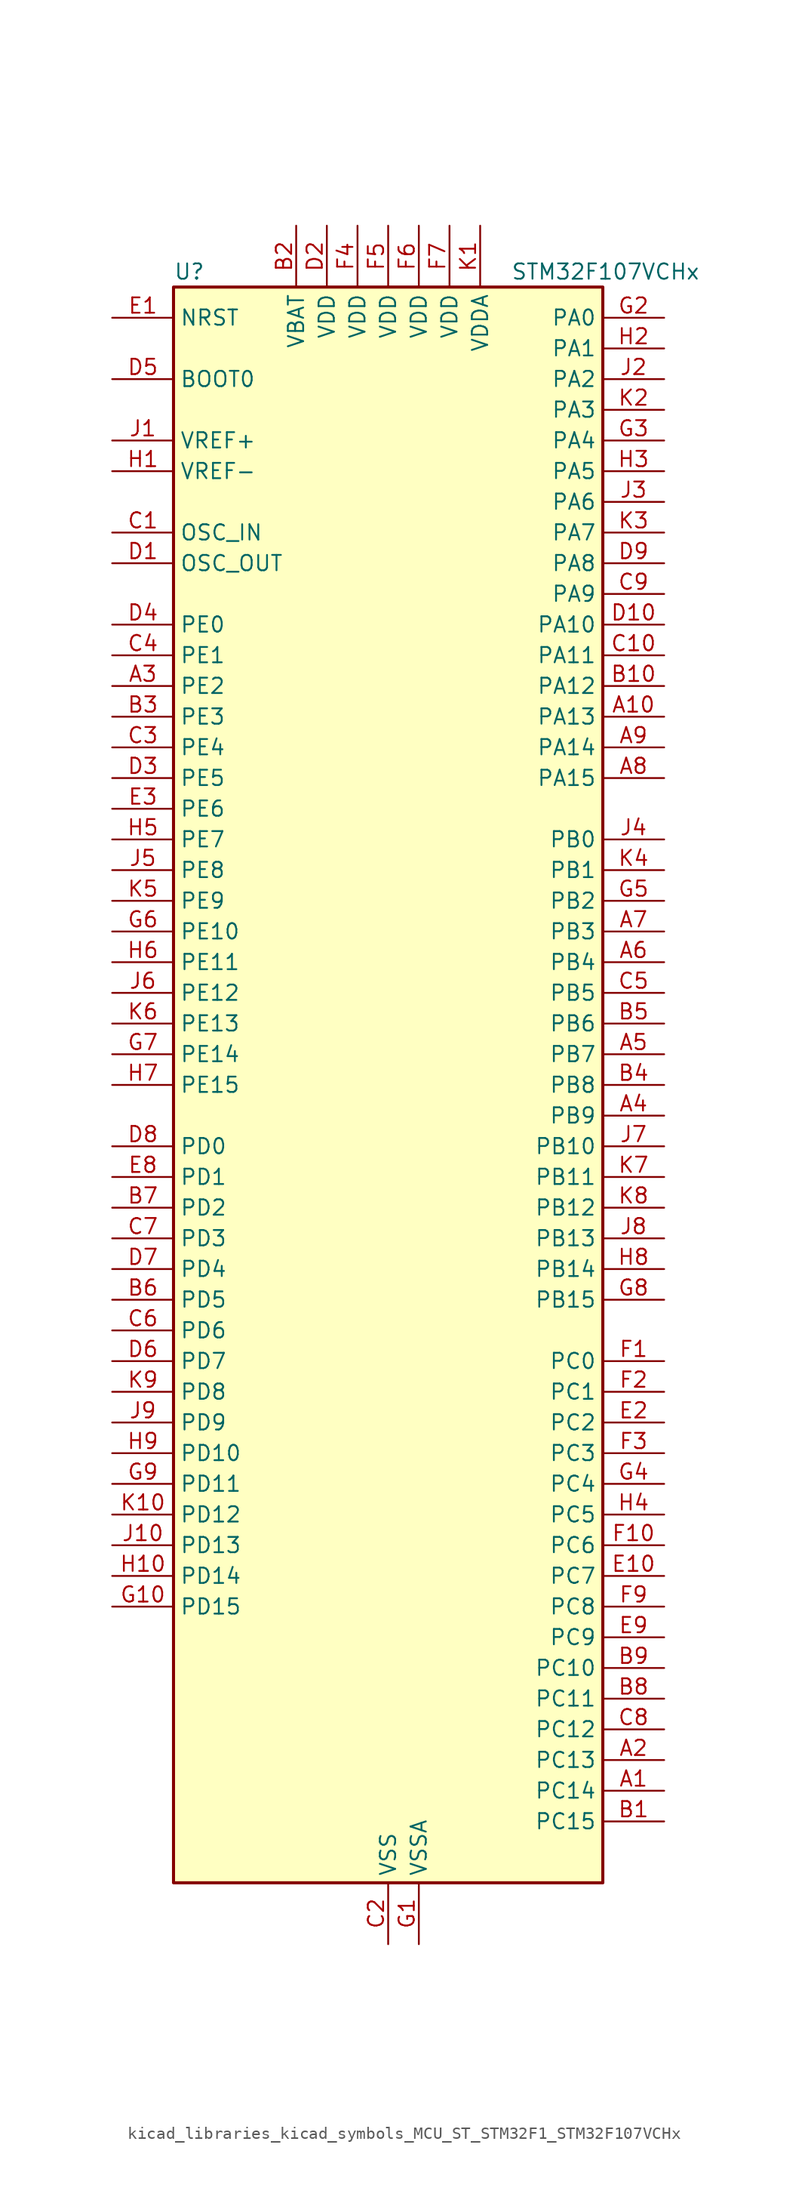
<source format=kicad_sym>
(kicad_symbol_lib
  (version 20220914)
  (generator kicad_symbol_editor)
  (symbol "kicad_libraries_kicad_symbols_MCU_ST_STM32F1_STM32F107VCHx"
    (property "Reference" "U"
      (at -17.78 67.31 0)
      (effects (font (size 1.27 1.27)) (justify left)))
    (property "Value" "STM32F107VCHx"
      (at 10.16 67.31 0)
      (effects (font (size 1.27 1.27)) (justify left)))
    (property "ki_locked" ""
      (at 0 0 0)
      (effects (font (size 1.27 1.27))))
    (symbol "kicad_libraries_kicad_symbols_MCU_ST_STM32F1_STM32F107VCHx_0_1"
      (rectangle (start -17.78 -66.04) (end 17.78 66.04) (stroke (width 0.254) (type default)) (fill (type background))))
    (symbol "kicad_libraries_kicad_symbols_MCU_ST_STM32F1_STM32F107VCHx_1_1"
      (pin bidirectional line (at 22.86 -58.42 180) (length 5.08) (name "PC14" (effects (font (size 1.27 1.27)))) (number "A1" (effects (font (size 1.27 1.27)))) (alternate "RCC_OSC32_IN" bidirectional line))
      (pin bidirectional line (at 22.86 30.48 180) (length 5.08) (name "PA13" (effects (font (size 1.27 1.27)))) (number "A10" (effects (font (size 1.27 1.27)))) (alternate "SYS_JTMS-SWDIO" bidirectional line))
      (pin bidirectional line (at 22.86 -55.88 180) (length 5.08) (name "PC13" (effects (font (size 1.27 1.27)))) (number "A2" (effects (font (size 1.27 1.27)))) (alternate "RTC_OUT" bidirectional line) (alternate "RTC_TAMPER" bidirectional line))
      (pin bidirectional line (at -22.86 33.02 0) (length 5.08) (name "PE2" (effects (font (size 1.27 1.27)))) (number "A3" (effects (font (size 1.27 1.27)))) (alternate "SYS_TRACECLK" bidirectional line))
      (pin bidirectional line (at 22.86 -2.54 180) (length 5.08) (name "PB9" (effects (font (size 1.27 1.27)))) (number "A4" (effects (font (size 1.27 1.27)))) (alternate "CAN1_TX" bidirectional line) (alternate "DAC_EXTI9" bidirectional line) (alternate "I2C1_SDA" bidirectional line) (alternate "TIM4_CH4" bidirectional line))
      (pin bidirectional line (at 22.86 2.54 180) (length 5.08) (name "PB7" (effects (font (size 1.27 1.27)))) (number "A5" (effects (font (size 1.27 1.27)))) (alternate "I2C1_SDA" bidirectional line) (alternate "TIM4_CH2" bidirectional line) (alternate "USART1_RX" bidirectional line))
      (pin bidirectional line (at 22.86 10.16 180) (length 5.08) (name "PB4" (effects (font (size 1.27 1.27)))) (number "A6" (effects (font (size 1.27 1.27)))) (alternate "SPI1_MISO" bidirectional line) (alternate "SPI3_MISO" bidirectional line) (alternate "SYS_NJTRST" bidirectional line) (alternate "TIM3_CH1" bidirectional line))
      (pin bidirectional line (at 22.86 12.7 180) (length 5.08) (name "PB3" (effects (font (size 1.27 1.27)))) (number "A7" (effects (font (size 1.27 1.27)))) (alternate "I2S3_CK" bidirectional line) (alternate "SPI1_SCK" bidirectional line) (alternate "SPI3_SCK" bidirectional line) (alternate "SYS_JTDO" bidirectional line) (alternate "SYS_TRACESWO" bidirectional line) (alternate "TIM2_CH2" bidirectional line))
      (pin bidirectional line (at 22.86 25.4 180) (length 5.08) (name "PA15" (effects (font (size 1.27 1.27)))) (number "A8" (effects (font (size 1.27 1.27)))) (alternate "ADC1_EXTI15" bidirectional line) (alternate "ADC2_EXTI15" bidirectional line) (alternate "I2S3_WS" bidirectional line) (alternate "SPI1_NSS" bidirectional line) (alternate "SPI3_NSS" bidirectional line) (alternate "SYS_JTDI" bidirectional line) (alternate "TIM2_CH1" bidirectional line) (alternate "TIM2_ETR" bidirectional line))
      (pin bidirectional line (at 22.86 27.94 180) (length 5.08) (name "PA14" (effects (font (size 1.27 1.27)))) (number "A9" (effects (font (size 1.27 1.27)))) (alternate "SYS_JTCK-SWCLK" bidirectional line))
      (pin bidirectional line (at 22.86 -60.96 180) (length 5.08) (name "PC15" (effects (font (size 1.27 1.27)))) (number "B1" (effects (font (size 1.27 1.27)))) (alternate "ADC1_EXTI15" bidirectional line) (alternate "ADC2_EXTI15" bidirectional line) (alternate "RCC_OSC32_OUT" bidirectional line))
      (pin bidirectional line (at 22.86 33.02 180) (length 5.08) (name "PA12" (effects (font (size 1.27 1.27)))) (number "B10" (effects (font (size 1.27 1.27)))) (alternate "CAN1_TX" bidirectional line) (alternate "TIM1_ETR" bidirectional line) (alternate "USART1_RTS" bidirectional line) (alternate "USB_OTG_FS_DP" bidirectional line))
      (pin power_in line (at -7.62 71.12 270) (length 5.08) (name "VBAT" (effects (font (size 1.27 1.27)))) (number "B2" (effects (font (size 1.27 1.27)))))
      (pin bidirectional line (at -22.86 30.48 0) (length 5.08) (name "PE3" (effects (font (size 1.27 1.27)))) (number "B3" (effects (font (size 1.27 1.27)))) (alternate "SYS_TRACED0" bidirectional line))
      (pin bidirectional line (at 22.86 0 180) (length 5.08) (name "PB8" (effects (font (size 1.27 1.27)))) (number "B4" (effects (font (size 1.27 1.27)))) (alternate "CAN1_RX" bidirectional line) (alternate "ETH_TXD3" bidirectional line) (alternate "I2C1_SCL" bidirectional line) (alternate "TIM4_CH3" bidirectional line))
      (pin bidirectional line (at 22.86 5.08 180) (length 5.08) (name "PB6" (effects (font (size 1.27 1.27)))) (number "B5" (effects (font (size 1.27 1.27)))) (alternate "CAN2_TX" bidirectional line) (alternate "I2C1_SCL" bidirectional line) (alternate "TIM4_CH1" bidirectional line) (alternate "USART1_TX" bidirectional line))
      (pin bidirectional line (at -22.86 -17.78 0) (length 5.08) (name "PD5" (effects (font (size 1.27 1.27)))) (number "B6" (effects (font (size 1.27 1.27)))) (alternate "USART2_TX" bidirectional line))
      (pin bidirectional line (at -22.86 -10.16 0) (length 5.08) (name "PD2" (effects (font (size 1.27 1.27)))) (number "B7" (effects (font (size 1.27 1.27)))) (alternate "TIM3_ETR" bidirectional line) (alternate "UART5_RX" bidirectional line))
      (pin bidirectional line (at 22.86 -50.8 180) (length 5.08) (name "PC11" (effects (font (size 1.27 1.27)))) (number "B8" (effects (font (size 1.27 1.27)))) (alternate "ADC1_EXTI11" bidirectional line) (alternate "ADC2_EXTI11" bidirectional line) (alternate "SPI3_MISO" bidirectional line) (alternate "UART4_RX" bidirectional line) (alternate "USART3_RX" bidirectional line))
      (pin bidirectional line (at 22.86 -48.26 180) (length 5.08) (name "PC10" (effects (font (size 1.27 1.27)))) (number "B9" (effects (font (size 1.27 1.27)))) (alternate "I2S3_CK" bidirectional line) (alternate "SPI3_SCK" bidirectional line) (alternate "UART4_TX" bidirectional line) (alternate "USART3_TX" bidirectional line))
      (pin input line (at -22.86 45.72 0) (length 5.08) (name "OSC_IN" (effects (font (size 1.27 1.27)))) (number "C1" (effects (font (size 1.27 1.27)))) (alternate "RCC_OSC_IN" bidirectional line))
      (pin bidirectional line (at 22.86 35.56 180) (length 5.08) (name "PA11" (effects (font (size 1.27 1.27)))) (number "C10" (effects (font (size 1.27 1.27)))) (alternate "ADC1_EXTI11" bidirectional line) (alternate "ADC2_EXTI11" bidirectional line) (alternate "CAN1_RX" bidirectional line) (alternate "TIM1_CH4" bidirectional line) (alternate "USART1_CTS" bidirectional line) (alternate "USB_OTG_FS_DM" bidirectional line))
      (pin power_in line (at 0 -71.12 90) (length 5.08) (name "VSS" (effects (font (size 1.27 1.27)))) (number "C2" (effects (font (size 1.27 1.27)))))
      (pin bidirectional line (at -22.86 27.94 0) (length 5.08) (name "PE4" (effects (font (size 1.27 1.27)))) (number "C3" (effects (font (size 1.27 1.27)))) (alternate "SYS_TRACED1" bidirectional line))
      (pin bidirectional line (at -22.86 35.56 0) (length 5.08) (name "PE1" (effects (font (size 1.27 1.27)))) (number "C4" (effects (font (size 1.27 1.27)))))
      (pin bidirectional line (at 22.86 7.62 180) (length 5.08) (name "PB5" (effects (font (size 1.27 1.27)))) (number "C5" (effects (font (size 1.27 1.27)))) (alternate "CAN2_RX" bidirectional line) (alternate "ETH_PPS_OUT" bidirectional line) (alternate "I2C1_SMBA" bidirectional line) (alternate "I2S3_SD" bidirectional line) (alternate "SPI1_MOSI" bidirectional line) (alternate "SPI3_MOSI" bidirectional line) (alternate "TIM3_CH2" bidirectional line))
      (pin bidirectional line (at -22.86 -20.32 0) (length 5.08) (name "PD6" (effects (font (size 1.27 1.27)))) (number "C6" (effects (font (size 1.27 1.27)))) (alternate "USART2_RX" bidirectional line))
      (pin bidirectional line (at -22.86 -12.7 0) (length 5.08) (name "PD3" (effects (font (size 1.27 1.27)))) (number "C7" (effects (font (size 1.27 1.27)))) (alternate "USART2_CTS" bidirectional line))
      (pin bidirectional line (at 22.86 -53.34 180) (length 5.08) (name "PC12" (effects (font (size 1.27 1.27)))) (number "C8" (effects (font (size 1.27 1.27)))) (alternate "I2S3_SD" bidirectional line) (alternate "SPI3_MOSI" bidirectional line) (alternate "UART5_TX" bidirectional line) (alternate "USART3_CK" bidirectional line))
      (pin bidirectional line (at 22.86 40.64 180) (length 5.08) (name "PA9" (effects (font (size 1.27 1.27)))) (number "C9" (effects (font (size 1.27 1.27)))) (alternate "DAC_EXTI9" bidirectional line) (alternate "TIM1_CH2" bidirectional line) (alternate "USART1_TX" bidirectional line) (alternate "USB_OTG_FS_VBUS" bidirectional line))
      (pin input line (at -22.86 43.18 0) (length 5.08) (name "OSC_OUT" (effects (font (size 1.27 1.27)))) (number "D1" (effects (font (size 1.27 1.27)))) (alternate "RCC_OSC_OUT" bidirectional line))
      (pin bidirectional line (at 22.86 38.1 180) (length 5.08) (name "PA10" (effects (font (size 1.27 1.27)))) (number "D10" (effects (font (size 1.27 1.27)))) (alternate "TIM1_CH3" bidirectional line) (alternate "USART1_RX" bidirectional line) (alternate "USB_OTG_FS_ID" bidirectional line))
      (pin power_in line (at -5.08 71.12 270) (length 5.08) (name "VDD" (effects (font (size 1.27 1.27)))) (number "D2" (effects (font (size 1.27 1.27)))))
      (pin bidirectional line (at -22.86 25.4 0) (length 5.08) (name "PE5" (effects (font (size 1.27 1.27)))) (number "D3" (effects (font (size 1.27 1.27)))) (alternate "SYS_TRACED2" bidirectional line))
      (pin bidirectional line (at -22.86 38.1 0) (length 5.08) (name "PE0" (effects (font (size 1.27 1.27)))) (number "D4" (effects (font (size 1.27 1.27)))) (alternate "TIM4_ETR" bidirectional line))
      (pin input line (at -22.86 58.42 0) (length 5.08) (name "BOOT0" (effects (font (size 1.27 1.27)))) (number "D5" (effects (font (size 1.27 1.27)))))
      (pin bidirectional line (at -22.86 -22.86 0) (length 5.08) (name "PD7" (effects (font (size 1.27 1.27)))) (number "D6" (effects (font (size 1.27 1.27)))) (alternate "USART2_CK" bidirectional line))
      (pin bidirectional line (at -22.86 -15.24 0) (length 5.08) (name "PD4" (effects (font (size 1.27 1.27)))) (number "D7" (effects (font (size 1.27 1.27)))) (alternate "USART2_RTS" bidirectional line))
      (pin bidirectional line (at -22.86 -5.08 0) (length 5.08) (name "PD0" (effects (font (size 1.27 1.27)))) (number "D8" (effects (font (size 1.27 1.27)))) (alternate "CAN1_RX" bidirectional line))
      (pin bidirectional line (at 22.86 43.18 180) (length 5.08) (name "PA8" (effects (font (size 1.27 1.27)))) (number "D9" (effects (font (size 1.27 1.27)))) (alternate "RCC_MCO" bidirectional line) (alternate "TIM1_CH1" bidirectional line) (alternate "USART1_CK" bidirectional line) (alternate "USB_OTG_FS_SOF" bidirectional line))
      (pin input line (at -22.86 63.5 0) (length 5.08) (name "NRST" (effects (font (size 1.27 1.27)))) (number "E1" (effects (font (size 1.27 1.27)))))
      (pin bidirectional line (at 22.86 -40.64 180) (length 5.08) (name "PC7" (effects (font (size 1.27 1.27)))) (number "E10" (effects (font (size 1.27 1.27)))) (alternate "I2S3_MCK" bidirectional line) (alternate "TIM3_CH2" bidirectional line))
      (pin bidirectional line (at 22.86 -27.94 180) (length 5.08) (name "PC2" (effects (font (size 1.27 1.27)))) (number "E2" (effects (font (size 1.27 1.27)))) (alternate "ADC1_IN12" bidirectional line) (alternate "ADC2_IN12" bidirectional line) (alternate "ETH_TXD2" bidirectional line))
      (pin bidirectional line (at -22.86 22.86 0) (length 5.08) (name "PE6" (effects (font (size 1.27 1.27)))) (number "E3" (effects (font (size 1.27 1.27)))) (alternate "SYS_TRACED3" bidirectional line))
      (pin passive line (at 0 -71.12 90) (length 5.08) hide (name "VSS" (effects (font (size 1.27 1.27)))) (number "E4" (effects (font (size 1.27 1.27)))))
      (pin passive line (at 0 -71.12 90) (length 5.08) hide (name "VSS" (effects (font (size 1.27 1.27)))) (number "E5" (effects (font (size 1.27 1.27)))))
      (pin passive line (at 0 -71.12 90) (length 5.08) hide (name "VSS" (effects (font (size 1.27 1.27)))) (number "E6" (effects (font (size 1.27 1.27)))))
      (pin passive line (at 0 -71.12 90) (length 5.08) hide (name "VSS" (effects (font (size 1.27 1.27)))) (number "E7" (effects (font (size 1.27 1.27)))))
      (pin bidirectional line (at -22.86 -7.62 0) (length 5.08) (name "PD1" (effects (font (size 1.27 1.27)))) (number "E8" (effects (font (size 1.27 1.27)))) (alternate "CAN1_TX" bidirectional line))
      (pin bidirectional line (at 22.86 -45.72 180) (length 5.08) (name "PC9" (effects (font (size 1.27 1.27)))) (number "E9" (effects (font (size 1.27 1.27)))) (alternate "DAC_EXTI9" bidirectional line) (alternate "TIM3_CH4" bidirectional line))
      (pin bidirectional line (at 22.86 -22.86 180) (length 5.08) (name "PC0" (effects (font (size 1.27 1.27)))) (number "F1" (effects (font (size 1.27 1.27)))) (alternate "ADC1_IN10" bidirectional line) (alternate "ADC2_IN10" bidirectional line))
      (pin bidirectional line (at 22.86 -38.1 180) (length 5.08) (name "PC6" (effects (font (size 1.27 1.27)))) (number "F10" (effects (font (size 1.27 1.27)))) (alternate "I2S2_MCK" bidirectional line) (alternate "TIM3_CH1" bidirectional line))
      (pin bidirectional line (at 22.86 -25.4 180) (length 5.08) (name "PC1" (effects (font (size 1.27 1.27)))) (number "F2" (effects (font (size 1.27 1.27)))) (alternate "ADC1_IN11" bidirectional line) (alternate "ADC2_IN11" bidirectional line) (alternate "ETH_MDC" bidirectional line))
      (pin bidirectional line (at 22.86 -30.48 180) (length 5.08) (name "PC3" (effects (font (size 1.27 1.27)))) (number "F3" (effects (font (size 1.27 1.27)))) (alternate "ADC1_IN13" bidirectional line) (alternate "ADC2_IN13" bidirectional line) (alternate "ETH_TX_CLK" bidirectional line))
      (pin power_in line (at -2.54 71.12 270) (length 5.08) (name "VDD" (effects (font (size 1.27 1.27)))) (number "F4" (effects (font (size 1.27 1.27)))))
      (pin power_in line (at 0 71.12 270) (length 5.08) (name "VDD" (effects (font (size 1.27 1.27)))) (number "F5" (effects (font (size 1.27 1.27)))))
      (pin power_in line (at 2.54 71.12 270) (length 5.08) (name "VDD" (effects (font (size 1.27 1.27)))) (number "F6" (effects (font (size 1.27 1.27)))))
      (pin power_in line (at 5.08 71.12 270) (length 5.08) (name "VDD" (effects (font (size 1.27 1.27)))) (number "F7" (effects (font (size 1.27 1.27)))))
      (pin no_connect line (at -17.78 -66.04 0) (length 5.08) hide (name "NC" (effects (font (size 1.27 1.27)))) (number "F8" (effects (font (size 1.27 1.27)))))
      (pin bidirectional line (at 22.86 -43.18 180) (length 5.08) (name "PC8" (effects (font (size 1.27 1.27)))) (number "F9" (effects (font (size 1.27 1.27)))) (alternate "TIM3_CH3" bidirectional line))
      (pin power_in line (at 2.54 -71.12 90) (length 5.08) (name "VSSA" (effects (font (size 1.27 1.27)))) (number "G1" (effects (font (size 1.27 1.27)))))
      (pin bidirectional line (at -22.86 -43.18 0) (length 5.08) (name "PD15" (effects (font (size 1.27 1.27)))) (number "G10" (effects (font (size 1.27 1.27)))) (alternate "ADC1_EXTI15" bidirectional line) (alternate "ADC2_EXTI15" bidirectional line) (alternate "TIM4_CH4" bidirectional line))
      (pin bidirectional line (at 22.86 63.5 180) (length 5.08) (name "PA0" (effects (font (size 1.27 1.27)))) (number "G2" (effects (font (size 1.27 1.27)))) (alternate "ADC1_IN0" bidirectional line) (alternate "ADC2_IN0" bidirectional line) (alternate "ETH_CRS" bidirectional line) (alternate "SYS_WKUP" bidirectional line) (alternate "TIM2_CH1" bidirectional line) (alternate "TIM2_ETR" bidirectional line) (alternate "TIM5_CH1" bidirectional line) (alternate "USART2_CTS" bidirectional line))
      (pin bidirectional line (at 22.86 53.34 180) (length 5.08) (name "PA4" (effects (font (size 1.27 1.27)))) (number "G3" (effects (font (size 1.27 1.27)))) (alternate "ADC1_IN4" bidirectional line) (alternate "ADC2_IN4" bidirectional line) (alternate "DAC_OUT1" bidirectional line) (alternate "I2S3_WS" bidirectional line) (alternate "SPI1_NSS" bidirectional line) (alternate "SPI3_NSS" bidirectional line) (alternate "USART2_CK" bidirectional line))
      (pin bidirectional line (at 22.86 -33.02 180) (length 5.08) (name "PC4" (effects (font (size 1.27 1.27)))) (number "G4" (effects (font (size 1.27 1.27)))) (alternate "ADC1_IN14" bidirectional line) (alternate "ADC2_IN14" bidirectional line) (alternate "ETH_RXD0" bidirectional line))
      (pin bidirectional line (at 22.86 15.24 180) (length 5.08) (name "PB2" (effects (font (size 1.27 1.27)))) (number "G5" (effects (font (size 1.27 1.27)))))
      (pin bidirectional line (at -22.86 12.7 0) (length 5.08) (name "PE10" (effects (font (size 1.27 1.27)))) (number "G6" (effects (font (size 1.27 1.27)))) (alternate "TIM1_CH2N" bidirectional line))
      (pin bidirectional line (at -22.86 2.54 0) (length 5.08) (name "PE14" (effects (font (size 1.27 1.27)))) (number "G7" (effects (font (size 1.27 1.27)))) (alternate "TIM1_CH4" bidirectional line))
      (pin bidirectional line (at 22.86 -17.78 180) (length 5.08) (name "PB15" (effects (font (size 1.27 1.27)))) (number "G8" (effects (font (size 1.27 1.27)))) (alternate "ADC1_EXTI15" bidirectional line) (alternate "ADC2_EXTI15" bidirectional line) (alternate "I2S2_SD" bidirectional line) (alternate "SPI2_MOSI" bidirectional line) (alternate "TIM1_CH3N" bidirectional line))
      (pin bidirectional line (at -22.86 -33.02 0) (length 5.08) (name "PD11" (effects (font (size 1.27 1.27)))) (number "G9" (effects (font (size 1.27 1.27)))) (alternate "ADC1_EXTI11" bidirectional line) (alternate "ADC2_EXTI11" bidirectional line) (alternate "ETH_RXD2" bidirectional line) (alternate "USART3_CTS" bidirectional line))
      (pin input line (at -22.86 50.8 0) (length 5.08) (name "VREF-" (effects (font (size 1.27 1.27)))) (number "H1" (effects (font (size 1.27 1.27)))))
      (pin bidirectional line (at -22.86 -40.64 0) (length 5.08) (name "PD14" (effects (font (size 1.27 1.27)))) (number "H10" (effects (font (size 1.27 1.27)))) (alternate "TIM4_CH3" bidirectional line))
      (pin bidirectional line (at 22.86 60.96 180) (length 5.08) (name "PA1" (effects (font (size 1.27 1.27)))) (number "H2" (effects (font (size 1.27 1.27)))) (alternate "ADC1_IN1" bidirectional line) (alternate "ADC2_IN1" bidirectional line) (alternate "ETH_REF_CLK" bidirectional line) (alternate "ETH_RX_CLK" bidirectional line) (alternate "TIM2_CH2" bidirectional line) (alternate "TIM5_CH2" bidirectional line) (alternate "USART2_RTS" bidirectional line))
      (pin bidirectional line (at 22.86 50.8 180) (length 5.08) (name "PA5" (effects (font (size 1.27 1.27)))) (number "H3" (effects (font (size 1.27 1.27)))) (alternate "ADC1_IN5" bidirectional line) (alternate "ADC2_IN5" bidirectional line) (alternate "DAC_OUT2" bidirectional line) (alternate "SPI1_SCK" bidirectional line))
      (pin bidirectional line (at 22.86 -35.56 180) (length 5.08) (name "PC5" (effects (font (size 1.27 1.27)))) (number "H4" (effects (font (size 1.27 1.27)))) (alternate "ADC1_IN15" bidirectional line) (alternate "ADC2_IN15" bidirectional line) (alternate "ETH_RXD1" bidirectional line))
      (pin bidirectional line (at -22.86 20.32 0) (length 5.08) (name "PE7" (effects (font (size 1.27 1.27)))) (number "H5" (effects (font (size 1.27 1.27)))) (alternate "TIM1_ETR" bidirectional line))
      (pin bidirectional line (at -22.86 10.16 0) (length 5.08) (name "PE11" (effects (font (size 1.27 1.27)))) (number "H6" (effects (font (size 1.27 1.27)))) (alternate "ADC1_EXTI11" bidirectional line) (alternate "ADC2_EXTI11" bidirectional line) (alternate "TIM1_CH2" bidirectional line))
      (pin bidirectional line (at -22.86 0 0) (length 5.08) (name "PE15" (effects (font (size 1.27 1.27)))) (number "H7" (effects (font (size 1.27 1.27)))) (alternate "ADC1_EXTI15" bidirectional line) (alternate "ADC2_EXTI15" bidirectional line) (alternate "TIM1_BKIN" bidirectional line))
      (pin bidirectional line (at 22.86 -15.24 180) (length 5.08) (name "PB14" (effects (font (size 1.27 1.27)))) (number "H8" (effects (font (size 1.27 1.27)))) (alternate "SPI2_MISO" bidirectional line) (alternate "TIM1_CH2N" bidirectional line) (alternate "USART3_RTS" bidirectional line))
      (pin bidirectional line (at -22.86 -30.48 0) (length 5.08) (name "PD10" (effects (font (size 1.27 1.27)))) (number "H9" (effects (font (size 1.27 1.27)))) (alternate "ETH_RXD1" bidirectional line) (alternate "USART3_CK" bidirectional line))
      (pin input line (at -22.86 53.34 0) (length 5.08) (name "VREF+" (effects (font (size 1.27 1.27)))) (number "J1" (effects (font (size 1.27 1.27)))))
      (pin bidirectional line (at -22.86 -38.1 0) (length 5.08) (name "PD13" (effects (font (size 1.27 1.27)))) (number "J10" (effects (font (size 1.27 1.27)))) (alternate "TIM4_CH2" bidirectional line))
      (pin bidirectional line (at 22.86 58.42 180) (length 5.08) (name "PA2" (effects (font (size 1.27 1.27)))) (number "J2" (effects (font (size 1.27 1.27)))) (alternate "ADC1_IN2" bidirectional line) (alternate "ADC2_IN2" bidirectional line) (alternate "ETH_MDIO" bidirectional line) (alternate "TIM2_CH3" bidirectional line) (alternate "TIM5_CH3" bidirectional line) (alternate "USART2_TX" bidirectional line))
      (pin bidirectional line (at 22.86 48.26 180) (length 5.08) (name "PA6" (effects (font (size 1.27 1.27)))) (number "J3" (effects (font (size 1.27 1.27)))) (alternate "ADC1_IN6" bidirectional line) (alternate "ADC2_IN6" bidirectional line) (alternate "SPI1_MISO" bidirectional line) (alternate "TIM1_BKIN" bidirectional line) (alternate "TIM3_CH1" bidirectional line))
      (pin bidirectional line (at 22.86 20.32 180) (length 5.08) (name "PB0" (effects (font (size 1.27 1.27)))) (number "J4" (effects (font (size 1.27 1.27)))) (alternate "ADC1_IN8" bidirectional line) (alternate "ADC2_IN8" bidirectional line) (alternate "ETH_RXD2" bidirectional line) (alternate "TIM1_CH2N" bidirectional line) (alternate "TIM3_CH3" bidirectional line))
      (pin bidirectional line (at -22.86 17.78 0) (length 5.08) (name "PE8" (effects (font (size 1.27 1.27)))) (number "J5" (effects (font (size 1.27 1.27)))) (alternate "TIM1_CH1N" bidirectional line))
      (pin bidirectional line (at -22.86 7.62 0) (length 5.08) (name "PE12" (effects (font (size 1.27 1.27)))) (number "J6" (effects (font (size 1.27 1.27)))) (alternate "TIM1_CH3N" bidirectional line))
      (pin bidirectional line (at 22.86 -5.08 180) (length 5.08) (name "PB10" (effects (font (size 1.27 1.27)))) (number "J7" (effects (font (size 1.27 1.27)))) (alternate "ETH_RX_ER" bidirectional line) (alternate "TIM2_CH3" bidirectional line) (alternate "USART3_TX" bidirectional line))
      (pin bidirectional line (at 22.86 -12.7 180) (length 5.08) (name "PB13" (effects (font (size 1.27 1.27)))) (number "J8" (effects (font (size 1.27 1.27)))) (alternate "CAN2_TX" bidirectional line) (alternate "ETH_TXD1" bidirectional line) (alternate "I2S2_CK" bidirectional line) (alternate "SPI2_SCK" bidirectional line) (alternate "TIM1_CH1N" bidirectional line) (alternate "USART3_CTS" bidirectional line))
      (pin bidirectional line (at -22.86 -27.94 0) (length 5.08) (name "PD9" (effects (font (size 1.27 1.27)))) (number "J9" (effects (font (size 1.27 1.27)))) (alternate "DAC_EXTI9" bidirectional line) (alternate "ETH_RXD0" bidirectional line) (alternate "USART3_RX" bidirectional line))
      (pin power_in line (at 7.62 71.12 270) (length 5.08) (name "VDDA" (effects (font (size 1.27 1.27)))) (number "K1" (effects (font (size 1.27 1.27)))))
      (pin bidirectional line (at -22.86 -35.56 0) (length 5.08) (name "PD12" (effects (font (size 1.27 1.27)))) (number "K10" (effects (font (size 1.27 1.27)))) (alternate "ETH_RXD3" bidirectional line) (alternate "TIM4_CH1" bidirectional line) (alternate "USART3_RTS" bidirectional line))
      (pin bidirectional line (at 22.86 55.88 180) (length 5.08) (name "PA3" (effects (font (size 1.27 1.27)))) (number "K2" (effects (font (size 1.27 1.27)))) (alternate "ADC1_IN3" bidirectional line) (alternate "ADC2_IN3" bidirectional line) (alternate "ETH_COL" bidirectional line) (alternate "TIM2_CH4" bidirectional line) (alternate "TIM5_CH4" bidirectional line) (alternate "USART2_RX" bidirectional line))
      (pin bidirectional line (at 22.86 45.72 180) (length 5.08) (name "PA7" (effects (font (size 1.27 1.27)))) (number "K3" (effects (font (size 1.27 1.27)))) (alternate "ADC1_IN7" bidirectional line) (alternate "ADC2_IN7" bidirectional line) (alternate "ETH_CRS_DV" bidirectional line) (alternate "ETH_RX_DV" bidirectional line) (alternate "SPI1_MOSI" bidirectional line) (alternate "TIM1_CH1N" bidirectional line) (alternate "TIM3_CH2" bidirectional line))
      (pin bidirectional line (at 22.86 17.78 180) (length 5.08) (name "PB1" (effects (font (size 1.27 1.27)))) (number "K4" (effects (font (size 1.27 1.27)))) (alternate "ADC1_IN9" bidirectional line) (alternate "ADC2_IN9" bidirectional line) (alternate "ETH_RXD3" bidirectional line) (alternate "TIM1_CH3N" bidirectional line) (alternate "TIM3_CH4" bidirectional line))
      (pin bidirectional line (at -22.86 15.24 0) (length 5.08) (name "PE9" (effects (font (size 1.27 1.27)))) (number "K5" (effects (font (size 1.27 1.27)))) (alternate "DAC_EXTI9" bidirectional line) (alternate "TIM1_CH1" bidirectional line))
      (pin bidirectional line (at -22.86 5.08 0) (length 5.08) (name "PE13" (effects (font (size 1.27 1.27)))) (number "K6" (effects (font (size 1.27 1.27)))) (alternate "TIM1_CH3" bidirectional line))
      (pin bidirectional line (at 22.86 -7.62 180) (length 5.08) (name "PB11" (effects (font (size 1.27 1.27)))) (number "K7" (effects (font (size 1.27 1.27)))) (alternate "ADC1_EXTI11" bidirectional line) (alternate "ADC2_EXTI11" bidirectional line) (alternate "ETH_TX_EN" bidirectional line) (alternate "TIM2_CH4" bidirectional line) (alternate "USART3_RX" bidirectional line))
      (pin bidirectional line (at 22.86 -10.16 180) (length 5.08) (name "PB12" (effects (font (size 1.27 1.27)))) (number "K8" (effects (font (size 1.27 1.27)))) (alternate "CAN2_RX" bidirectional line) (alternate "ETH_TXD0" bidirectional line) (alternate "I2S2_WS" bidirectional line) (alternate "SPI2_NSS" bidirectional line) (alternate "TIM1_BKIN" bidirectional line) (alternate "USART3_CK" bidirectional line))
      (pin bidirectional line (at -22.86 -25.4 0) (length 5.08) (name "PD8" (effects (font (size 1.27 1.27)))) (number "K9" (effects (font (size 1.27 1.27)))) (alternate "ETH_CRS_DV" bidirectional line) (alternate "ETH_RX_DV" bidirectional line) (alternate "USART3_TX" bidirectional line)))))
</source>
